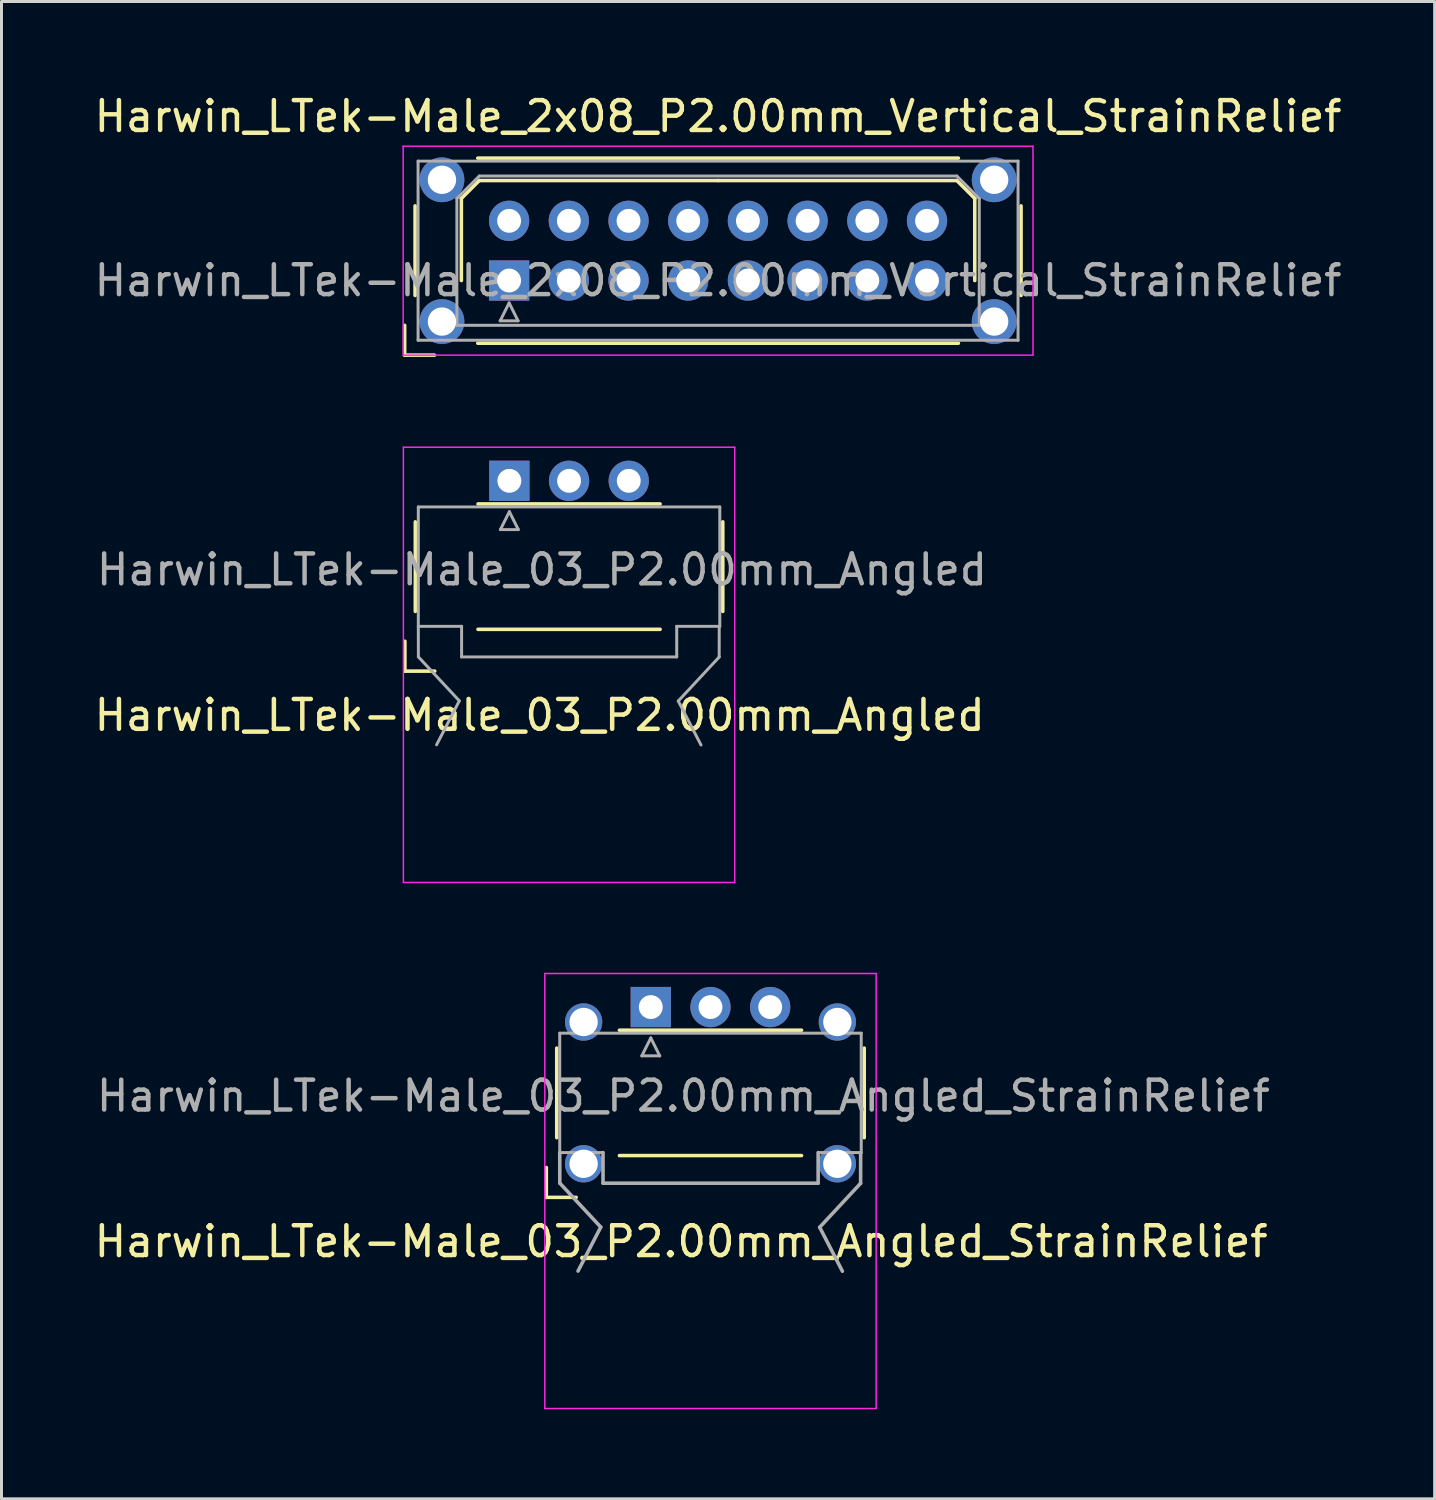
<source format=kicad_pcb>
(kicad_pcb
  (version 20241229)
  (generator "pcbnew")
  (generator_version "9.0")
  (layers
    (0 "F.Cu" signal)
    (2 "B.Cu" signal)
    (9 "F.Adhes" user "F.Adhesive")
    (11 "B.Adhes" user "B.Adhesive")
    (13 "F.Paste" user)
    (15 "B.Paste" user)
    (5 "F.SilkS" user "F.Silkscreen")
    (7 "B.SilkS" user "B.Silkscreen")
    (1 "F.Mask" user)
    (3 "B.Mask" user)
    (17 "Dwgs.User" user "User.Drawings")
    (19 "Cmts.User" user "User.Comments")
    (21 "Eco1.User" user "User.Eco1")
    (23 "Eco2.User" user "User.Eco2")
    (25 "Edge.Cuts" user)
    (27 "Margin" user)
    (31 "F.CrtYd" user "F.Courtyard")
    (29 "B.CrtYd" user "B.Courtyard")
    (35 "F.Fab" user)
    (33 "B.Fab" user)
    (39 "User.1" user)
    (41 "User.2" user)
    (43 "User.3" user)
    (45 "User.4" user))
  (footprint "Harwin_LTek-Male_03_P2.00mm_Angled_StrainRelief"
    (layer "F.Cu")
    (at 18.752 33.563)
    (property "Reference" "Harwin_LTek-Male_03_P2.00mm_Angled_StrainRelief" (at 1.016 4.978 180) (layer "F.SilkS") (effects (font (size 1 1) (thickness 0.15))))
    (attr through_hole)
    (fp_line (start -3.5 2.5) (end -3.5 3.5) (stroke (width 0.12) (type solid)) (layer "F.SilkS"))
    (fp_line (start -3.5 3.5) (end -2.5 3.5) (stroke (width 0.12) (type solid)) (layer "F.SilkS"))
    (fp_line (start -3.15 -1.5) (end -3.15 1.5) (stroke (width 0.12) (type solid)) (layer "F.SilkS"))
    (fp_line (start -1.05 -2.1) (end 5.05 -2.1) (stroke (width 0.12) (type solid)) (layer "F.SilkS"))
    (fp_line (start -1.05 2.1) (end 5.05 2.1) (stroke (width 0.12) (type solid)) (layer "F.SilkS"))
    (fp_line (start 7.15 -1.5) (end 7.15 1.5) (stroke (width 0.12) (type solid)) (layer "F.SilkS"))
    (fp_line (start -3.55 -4) (end -3.55 10.575) (stroke (width 0.05) (type solid)) (layer "F.CrtYd"))
    (fp_line (start -3.55 10.575) (end 7.55 10.575) (stroke (width 0.05) (type solid)) (layer "F.CrtYd"))
    (fp_line (start 7.55 -4) (end -3.55 -4) (stroke (width 0.05) (type solid)) (layer "F.CrtYd"))
    (fp_line (start 7.55 10.575) (end 7.55 -4) (stroke (width 0.05) (type solid)) (layer "F.CrtYd"))
    (fp_line (start -3.05 -2) (end -3.05 2) (stroke (width 0.1) (type solid)) (layer "F.Fab"))
    (fp_line (start -3.048 3.023) (end -3.05 2) (stroke (width 0.12) (type solid)) (layer "F.Fab"))
    (fp_line (start -3.043 2) (end -1.6 2) (stroke (width 0.1) (type solid)) (layer "F.Fab"))
    (fp_line (start -1.676 4.496) (end -3.048 3.023) (stroke (width 0.12) (type solid)) (layer "F.Fab"))
    (fp_line (start -1.676 4.496) (end -2.438 5.969) (stroke (width 0.12) (type solid)) (layer "F.Fab"))
    (fp_line (start -1.6 2) (end -1.6 3.023) (stroke (width 0.12) (type solid)) (layer "F.Fab"))
    (fp_line (start -1.6 3.025) (end 5.607 3.025) (stroke (width 0.12) (type solid)) (layer "F.Fab"))
    (fp_line (start -0.3 -1.241) (end 0.3 -1.241) (stroke (width 0.1) (type solid)) (layer "F.Fab"))
    (fp_line (start 0 -1.841) (end -0.3 -1.241) (stroke (width 0.1) (type solid)) (layer "F.Fab"))
    (fp_line (start 0.3 -1.241) (end 0 -1.841) (stroke (width 0.1) (type solid)) (layer "F.Fab"))
    (fp_line (start 5.607 2) (end 7.05 2) (stroke (width 0.1) (type solid)) (layer "F.Fab"))
    (fp_line (start 5.607 3.023) (end 5.607 2) (stroke (width 0.12) (type solid)) (layer "F.Fab"))
    (fp_line (start 5.658 4.502) (end 6.42 5.975) (stroke (width 0.12) (type solid)) (layer "F.Fab"))
    (fp_line (start 5.658 4.502) (end 7.029 3.029) (stroke (width 0.12) (type solid)) (layer "F.Fab"))
    (fp_line (start 7.029 3.029) (end 7.031 2.006) (stroke (width 0.12) (type solid)) (layer "F.Fab"))
    (fp_line (start 7.05 -2) (end -3.05 -2) (stroke (width 0.1) (type solid)) (layer "F.Fab"))
    (fp_line (start 7.05 2) (end 7.05 -2) (stroke (width 0.1) (type solid)) (layer "F.Fab"))
    (fp_text user "${REFERENCE}" (at 1.092 0.102 0) (layer "F.Fab") (effects (font (size 1 1) (thickness 0.15))))
    (pad "" thru_hole circle (at -2.25 -2.375) (size 1.25 1.25) (drill 0.95) (layers "*.Cu" "*.Mask"))
    (pad "" thru_hole circle (at -2.25 2.375) (size 1.25 1.25) (drill 0.95) (layers "*.Cu" "*.Mask"))
    (pad "" thru_hole circle (at 6.25 -2.375) (size 1.25 1.25) (drill 0.95) (layers "*.Cu" "*.Mask"))
    (pad "" thru_hole circle (at 6.25 2.375) (size 1.25 1.25) (drill 0.95) (layers "*.Cu" "*.Mask"))
    (pad "1" thru_hole rect (at 0 -2.875) (size 1.35 1.35) (drill 0.8) (layers "*.Cu" "*.Mask"))
    (pad "2" thru_hole circle (at 2 -2.875) (size 1.35 1.35) (drill 0.8) (layers "*.Cu" "*.Mask"))
    (pad "3" thru_hole circle (at 4 -2.875) (size 1.35 1.35) (drill 0.8) (layers "*.Cu" "*.Mask")))
  (footprint "Harwin_LTek-Male_2x08_P2.00mm_Vertical_StrainRelief"
    (layer "F.Cu")
    (at 14.006 6.348)
    (property "Reference" "Harwin_LTek-Male_2x08_P2.00mm_Vertical_StrainRelief" (at 7 -5.5 0) (layer "F.SilkS") (effects (font (size 1 1) (thickness 0.15))))
    (attr through_hole)
    (fp_line (start -3.5 1.5) (end -3.5 2.5) (stroke (width 0.12) (type solid)) (layer "F.SilkS"))
    (fp_line (start -3.5 2.5) (end -2.5 2.5) (stroke (width 0.12) (type solid)) (layer "F.SilkS"))
    (fp_line (start -3.15 -2.5) (end -3.15 0.5) (stroke (width 0.12) (type solid)) (layer "F.SilkS"))
    (fp_line (start -1.6 -2.75) (end -1 -3.35) (stroke (width 0.12) (type solid)) (layer "F.SilkS"))
    (fp_line (start -1.6 0) (end -1.6 -2.75) (stroke (width 0.12) (type solid)) (layer "F.SilkS"))
    (fp_line (start -1.05 -4.1) (end 15.05 -4.1) (stroke (width 0.12) (type solid)) (layer "F.SilkS"))
    (fp_line (start -1.05 2.1) (end 15.05 2.1) (stroke (width 0.12) (type solid)) (layer "F.SilkS"))
    (fp_line (start -1 -3.35) (end 7 -3.35) (stroke (width 0.12) (type solid)) (layer "F.SilkS"))
    (fp_line (start 15 -3.35) (end 7 -3.35) (stroke (width 0.12) (type solid)) (layer "F.SilkS"))
    (fp_line (start 15.6 -2.75) (end 15 -3.35) (stroke (width 0.12) (type solid)) (layer "F.SilkS"))
    (fp_line (start 15.6 0) (end 15.6 -2.75) (stroke (width 0.12) (type solid)) (layer "F.SilkS"))
    (fp_line (start 17.15 -2.5) (end 17.15 0.5) (stroke (width 0.12) (type solid)) (layer "F.SilkS"))
    (fp_line (start -3.55 -4.5) (end -3.55 2.5) (stroke (width 0.05) (type solid)) (layer "F.CrtYd"))
    (fp_line (start -3.55 2.5) (end 17.55 2.5) (stroke (width 0.05) (type solid)) (layer "F.CrtYd"))
    (fp_line (start 17.55 -4.5) (end -3.55 -4.5) (stroke (width 0.05) (type solid)) (layer "F.CrtYd"))
    (fp_line (start 17.55 2.5) (end 17.55 -4.5) (stroke (width 0.05) (type solid)) (layer "F.CrtYd"))
    (fp_line (start -3.05 -4) (end -3.05 2) (stroke (width 0.1) (type solid)) (layer "F.Fab"))
    (fp_line (start -3.05 2) (end 17.05 2) (stroke (width 0.1) (type solid)) (layer "F.Fab"))
    (fp_line (start -1.75 -2.75) (end -1 -3.5) (stroke (width 0.1) (type solid)) (layer "F.Fab"))
    (fp_line (start -1.75 1.5) (end -1.75 -2.75) (stroke (width 0.1) (type solid)) (layer "F.Fab"))
    (fp_line (start -1 -3.5) (end 15 -3.5) (stroke (width 0.1) (type solid)) (layer "F.Fab"))
    (fp_line (start -0.3 1.35) (end 0.3 1.35) (stroke (width 0.1) (type solid)) (layer "F.Fab"))
    (fp_line (start 0 0.75) (end -0.3 1.35) (stroke (width 0.1) (type solid)) (layer "F.Fab"))
    (fp_line (start 0.3 1.35) (end 0 0.75) (stroke (width 0.1) (type solid)) (layer "F.Fab"))
    (fp_line (start 15 -3.5) (end 15.75 -2.75) (stroke (width 0.1) (type solid)) (layer "F.Fab"))
    (fp_line (start 15.75 -2.75) (end 15.75 1.5) (stroke (width 0.1) (type solid)) (layer "F.Fab"))
    (fp_line (start 15.75 1.5) (end -1.75 1.5) (stroke (width 0.1) (type solid)) (layer "F.Fab"))
    (fp_line (start 17.05 -4) (end -3.05 -4) (stroke (width 0.1) (type solid)) (layer "F.Fab"))
    (fp_line (start 17.05 2) (end 17.05 -4) (stroke (width 0.1) (type solid)) (layer "F.Fab"))
    (fp_text user "${REFERENCE}" (at 7 0 0) (layer "F.Fab") (effects (font (size 1 1) (thickness 0.15))))
    (pad "" thru_hole circle (at -2.25 -3.375) (size 1.5 1.5) (drill 0.95) (layers "*.Cu" "*.Mask"))
    (pad "" thru_hole circle (at -2.25 1.375) (size 1.5 1.5) (drill 0.95) (layers "*.Cu" "*.Mask"))
    (pad "" thru_hole circle (at 16.25 -3.375) (size 1.5 1.5) (drill 0.95) (layers "*.Cu" "*.Mask"))
    (pad "" thru_hole circle (at 16.25 1.375) (size 1.5 1.5) (drill 0.95) (layers "*.Cu" "*.Mask"))
    (pad "1" thru_hole rect (at 0 0) (size 1.35 1.35) (drill 0.8) (layers "*.Cu" "*.Mask"))
    (pad "2" thru_hole circle (at 0 -2) (size 1.35 1.35) (drill 0.8) (layers "*.Cu" "*.Mask"))
    (pad "3" thru_hole circle (at 2 0) (size 1.35 1.35) (drill 0.8) (layers "*.Cu" "*.Mask"))
    (pad "4" thru_hole circle (at 2 -2) (size 1.35 1.35) (drill 0.8) (layers "*.Cu" "*.Mask"))
    (pad "5" thru_hole circle (at 4 0) (size 1.35 1.35) (drill 0.8) (layers "*.Cu" "*.Mask"))
    (pad "6" thru_hole circle (at 4 -2) (size 1.35 1.35) (drill 0.8) (layers "*.Cu" "*.Mask"))
    (pad "7" thru_hole circle (at 6 0) (size 1.35 1.35) (drill 0.8) (layers "*.Cu" "*.Mask"))
    (pad "8" thru_hole circle (at 6 -2) (size 1.35 1.35) (drill 0.8) (layers "*.Cu" "*.Mask"))
    (pad "9" thru_hole circle (at 8 0) (size 1.35 1.35) (drill 0.8) (layers "*.Cu" "*.Mask"))
    (pad "10" thru_hole circle (at 8 -2) (size 1.35 1.35) (drill 0.8) (layers "*.Cu" "*.Mask"))
    (pad "11" thru_hole circle (at 10 0) (size 1.35 1.35) (drill 0.8) (layers "*.Cu" "*.Mask"))
    (pad "12" thru_hole circle (at 10 -2) (size 1.35 1.35) (drill 0.8) (layers "*.Cu" "*.Mask"))
    (pad "13" thru_hole circle (at 12 0) (size 1.35 1.35) (drill 0.8) (layers "*.Cu" "*.Mask"))
    (pad "14" thru_hole circle (at 12 -2) (size 1.35 1.35) (drill 0.8) (layers "*.Cu" "*.Mask"))
    (pad "15" thru_hole circle (at 14 0) (size 1.35 1.35) (drill 0.8) (layers "*.Cu" "*.Mask"))
    (pad "16" thru_hole circle (at 14 -2) (size 1.35 1.35) (drill 0.8) (layers "*.Cu" "*.Mask")))
  (footprint "Harwin_LTek-Male_03_P2.00mm_Angled"
    (layer "F.Cu")
    (at 14.014 15.933)
    (property "Reference" "Harwin_LTek-Male_03_P2.00mm_Angled" (at 1.016 4.978 180) (layer "F.SilkS") (effects (font (size 1 1) (thickness 0.15))))
    (attr through_hole)
    (fp_line (start -3.5 2.5) (end -3.5 3.5) (stroke (width 0.12) (type solid)) (layer "F.SilkS"))
    (fp_line (start -3.5 3.5) (end -2.5 3.5) (stroke (width 0.12) (type solid)) (layer "F.SilkS"))
    (fp_line (start -3.15 -1.5) (end -3.15 1.5) (stroke (width 0.12) (type solid)) (layer "F.SilkS"))
    (fp_line (start -1.05 -2.1) (end 5.05 -2.1) (stroke (width 0.12) (type solid)) (layer "F.SilkS"))
    (fp_line (start -1.05 2.1) (end 5.05 2.1) (stroke (width 0.12) (type solid)) (layer "F.SilkS"))
    (fp_line (start 7.15 -1.5) (end 7.15 1.5) (stroke (width 0.12) (type solid)) (layer "F.SilkS"))
    (fp_line (start -3.55 -4) (end -3.55 10.58) (stroke (width 0.05) (type solid)) (layer "F.CrtYd"))
    (fp_line (start -3.55 10.58) (end 7.55 10.58) (stroke (width 0.05) (type solid)) (layer "F.CrtYd"))
    (fp_line (start 7.55 -4) (end -3.55 -4) (stroke (width 0.05) (type solid)) (layer "F.CrtYd"))
    (fp_line (start 7.55 10.58) (end 7.55 -4) (stroke (width 0.05) (type solid)) (layer "F.CrtYd"))
    (fp_line (start -3.05 -2) (end -3.05 2) (stroke (width 0.1) (type solid)) (layer "F.Fab"))
    (fp_line (start -3.048 3.023) (end -3.05 2) (stroke (width 0.1) (type solid)) (layer "F.Fab"))
    (fp_line (start -3.043 2) (end -1.6 2) (stroke (width 0.1) (type solid)) (layer "F.Fab"))
    (fp_line (start -1.676 4.496) (end -3.048 3.023) (stroke (width 0.1) (type solid)) (layer "F.Fab"))
    (fp_line (start -1.676 4.496) (end -2.438 5.969) (stroke (width 0.1) (type solid)) (layer "F.Fab"))
    (fp_line (start -1.6 2) (end -1.6 3.023) (stroke (width 0.1) (type solid)) (layer "F.Fab"))
    (fp_line (start -1.6 3.025) (end 5.607 3.025) (stroke (width 0.1) (type solid)) (layer "F.Fab"))
    (fp_line (start -0.3 -1.241) (end 0.3 -1.241) (stroke (width 0.1) (type solid)) (layer "F.Fab"))
    (fp_line (start 0 -1.841) (end -0.3 -1.241) (stroke (width 0.1) (type solid)) (layer "F.Fab"))
    (fp_line (start 0.3 -1.241) (end 0 -1.841) (stroke (width 0.1) (type solid)) (layer "F.Fab"))
    (fp_line (start 5.607 2) (end 7.05 2) (stroke (width 0.1) (type solid)) (layer "F.Fab"))
    (fp_line (start 5.607 3.023) (end 5.607 2) (stroke (width 0.1) (type solid)) (layer "F.Fab"))
    (fp_line (start 5.658 4.502) (end 6.42 5.975) (stroke (width 0.1) (type solid)) (layer "F.Fab"))
    (fp_line (start 5.658 4.502) (end 7.029 3.029) (stroke (width 0.1) (type solid)) (layer "F.Fab"))
    (fp_line (start 7.029 3.029) (end 7.031 2.006) (stroke (width 0.1) (type solid)) (layer "F.Fab"))
    (fp_line (start 7.05 -2) (end -3.05 -2) (stroke (width 0.1) (type solid)) (layer "F.Fab"))
    (fp_line (start 7.05 2) (end 7.05 -2) (stroke (width 0.1) (type solid)) (layer "F.Fab"))
    (fp_text user "${REFERENCE}" (at 1.092 0.102 0) (layer "F.Fab") (effects (font (size 1 1) (thickness 0.15))))
    (pad "1" thru_hole rect (at 0 -2.875) (size 1.35 1.35) (drill 0.8) (layers "*.Cu" "*.Mask"))
    (pad "2" thru_hole circle (at 2 -2.875) (size 1.35 1.35) (drill 0.8) (layers "*.Cu" "*.Mask"))
    (pad "3" thru_hole circle (at 4 -2.875) (size 1.35 1.35) (drill 0.8) (layers "*.Cu" "*.Mask")))
  (gr_rect
    (start -3 -3)
    (end 45.012 47.163)
    (stroke (width 0.1) (type default))
    (fill no)
    (layer "Edge.Cuts")))
</source>
